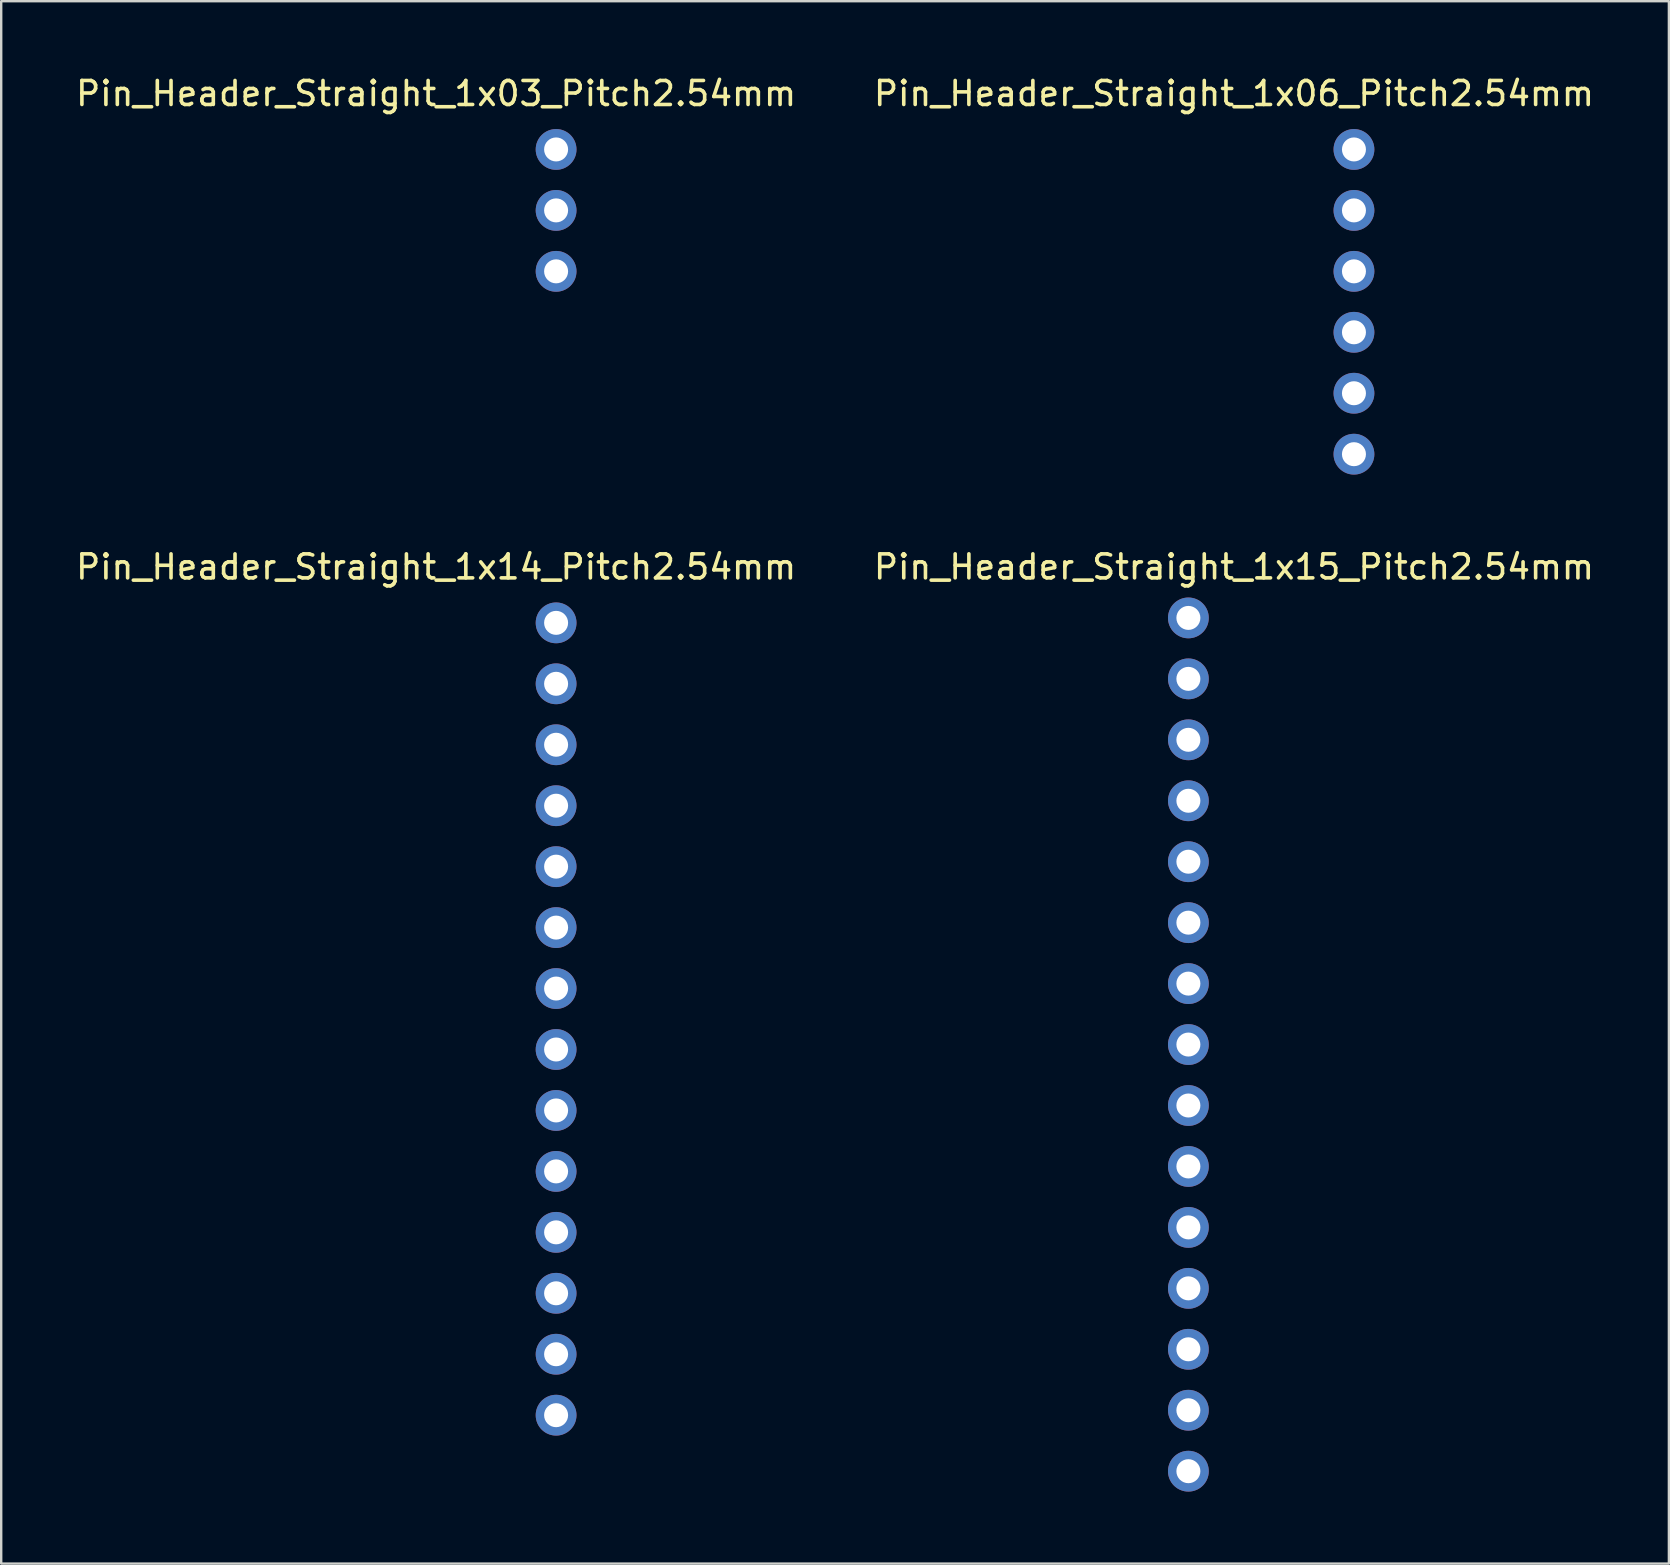
<source format=kicad_pcb>
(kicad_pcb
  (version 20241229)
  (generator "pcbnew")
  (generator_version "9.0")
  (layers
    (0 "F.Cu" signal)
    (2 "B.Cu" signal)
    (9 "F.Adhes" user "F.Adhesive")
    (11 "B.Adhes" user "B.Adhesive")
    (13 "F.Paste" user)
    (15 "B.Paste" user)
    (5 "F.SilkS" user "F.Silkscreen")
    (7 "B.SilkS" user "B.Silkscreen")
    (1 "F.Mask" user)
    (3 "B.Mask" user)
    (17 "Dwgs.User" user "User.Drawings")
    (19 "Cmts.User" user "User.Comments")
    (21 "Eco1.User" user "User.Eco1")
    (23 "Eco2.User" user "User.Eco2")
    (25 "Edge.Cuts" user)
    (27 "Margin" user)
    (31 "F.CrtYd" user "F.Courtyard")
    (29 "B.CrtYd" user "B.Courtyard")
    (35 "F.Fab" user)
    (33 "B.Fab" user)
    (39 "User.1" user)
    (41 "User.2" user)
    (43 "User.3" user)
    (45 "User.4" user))
  (footprint "Pin_Header_Straight_1x14_Pitch2.54mm"
    (layer "F.Cu")
    (at 20.125 22.907)
    (property "Reference" "Pin_Header_Straight_1x14_Pitch2.54mm" (at -5 -2.33 0) (layer "F.SilkS") (effects (font (size 1 1) (thickness 0.15))))
    (attr through_hole)
    (pad "1" thru_hole circle (at 0 0) (size 1.7 1.7) (drill 1) (layers "*.Cu" "*.Mask"))
    (pad "2" thru_hole oval (at 0 2.54) (size 1.7 1.7) (drill 1) (layers "*.Cu" "*.Mask"))
    (pad "3" thru_hole oval (at 0 5.08) (size 1.7 1.7) (drill 1) (layers "*.Cu" "*.Mask"))
    (pad "4" thru_hole oval (at 0 7.62) (size 1.7 1.7) (drill 1) (layers "*.Cu" "*.Mask"))
    (pad "5" thru_hole oval (at 0 10.16) (size 1.7 1.7) (drill 1) (layers "*.Cu" "*.Mask"))
    (pad "6" thru_hole oval (at 0 12.7) (size 1.7 1.7) (drill 1) (layers "*.Cu" "*.Mask"))
    (pad "7" thru_hole oval (at 0 15.24) (size 1.7 1.7) (drill 1) (layers "*.Cu" "*.Mask"))
    (pad "8" thru_hole oval (at 0 17.78) (size 1.7 1.7) (drill 1) (layers "*.Cu" "*.Mask"))
    (pad "9" thru_hole oval (at 0 20.32) (size 1.7 1.7) (drill 1) (layers "*.Cu" "*.Mask"))
    (pad "10" thru_hole oval (at 0 22.86) (size 1.7 1.7) (drill 1) (layers "*.Cu" "*.Mask"))
    (pad "11" thru_hole oval (at 0 25.4) (size 1.7 1.7) (drill 1) (layers "*.Cu" "*.Mask"))
    (pad "12" thru_hole oval (at 0 27.94) (size 1.7 1.7) (drill 1) (layers "*.Cu" "*.Mask"))
    (pad "13" thru_hole oval (at 0 30.48) (size 1.7 1.7) (drill 1) (layers "*.Cu" "*.Mask"))
    (pad "14" thru_hole oval (at 0 33.02) (size 1.7 1.7) (drill 1) (layers "*.Cu" "*.Mask")))
  (footprint "Pin_Header_Straight_1x15_Pitch2.54mm"
    (layer "F.Cu")
    (at 46.475 22.701)
    (property "Reference" "Pin_Header_Straight_1x15_Pitch2.54mm" (at 1.9 -2.125 0) (layer "F.SilkS") (effects (font (size 1 1) (thickness 0.15))))
    (attr through_hole)
    (pad "1" thru_hole circle (at 0 0) (size 1.7 1.7) (drill 1) (layers "*.Cu" "*.Mask"))
    (pad "2" thru_hole oval (at 0 2.54) (size 1.7 1.7) (drill 1) (layers "*.Cu" "*.Mask"))
    (pad "3" thru_hole oval (at 0 5.08) (size 1.7 1.7) (drill 1) (layers "*.Cu" "*.Mask"))
    (pad "4" thru_hole oval (at 0 7.62) (size 1.7 1.7) (drill 1) (layers "*.Cu" "*.Mask"))
    (pad "5" thru_hole oval (at 0 10.16) (size 1.7 1.7) (drill 1) (layers "*.Cu" "*.Mask"))
    (pad "6" thru_hole oval (at 0 12.7) (size 1.7 1.7) (drill 1) (layers "*.Cu" "*.Mask"))
    (pad "7" thru_hole oval (at 0 15.24) (size 1.7 1.7) (drill 1) (layers "*.Cu" "*.Mask"))
    (pad "8" thru_hole oval (at 0 17.78) (size 1.7 1.7) (drill 1) (layers "*.Cu" "*.Mask"))
    (pad "9" thru_hole oval (at 0 20.32) (size 1.7 1.7) (drill 1) (layers "*.Cu" "*.Mask"))
    (pad "10" thru_hole oval (at 0 22.86) (size 1.7 1.7) (drill 1) (layers "*.Cu" "*.Mask"))
    (pad "11" thru_hole oval (at 0 25.4) (size 1.7 1.7) (drill 1) (layers "*.Cu" "*.Mask"))
    (pad "12" thru_hole oval (at 0 27.94) (size 1.7 1.7) (drill 1) (layers "*.Cu" "*.Mask"))
    (pad "13" thru_hole oval (at 0 30.48) (size 1.7 1.7) (drill 1) (layers "*.Cu" "*.Mask"))
    (pad "14" thru_hole oval (at 0 33.02) (size 1.7 1.7) (drill 1) (layers "*.Cu" "*.Mask"))
    (pad "15" thru_hole oval (at 0 35.56) (size 1.7 1.7) (drill 1) (layers "*.Cu" "*.Mask")))
  (footprint "Pin_Header_Straight_1x06_Pitch2.54mm"
    (layer "F.Cu")
    (at 53.375 3.178)
    (property "Reference" "Pin_Header_Straight_1x06_Pitch2.54mm" (at -5 -2.33 0) (layer "F.SilkS") (effects (font (size 1 1) (thickness 0.15))))
    (attr through_hole)
    (pad "1" thru_hole circle (at 0 0) (size 1.7 1.7) (drill 1) (layers "*.Cu" "*.Mask"))
    (pad "2" thru_hole oval (at 0 2.54) (size 1.7 1.7) (drill 1) (layers "*.Cu" "*.Mask"))
    (pad "3" thru_hole oval (at 0 5.08) (size 1.7 1.7) (drill 1) (layers "*.Cu" "*.Mask"))
    (pad "4" thru_hole oval (at 0 7.62) (size 1.7 1.7) (drill 1) (layers "*.Cu" "*.Mask"))
    (pad "5" thru_hole oval (at 0 10.16) (size 1.7 1.7) (drill 1) (layers "*.Cu" "*.Mask"))
    (pad "6" thru_hole oval (at 0 12.7) (size 1.7 1.7) (drill 1) (layers "*.Cu" "*.Mask")))
  (footprint "Pin_Header_Straight_1x03_Pitch2.54mm"
    (layer "F.Cu")
    (at 20.125 3.178)
    (property "Reference" "Pin_Header_Straight_1x03_Pitch2.54mm" (at -5 -2.33 0) (layer "F.SilkS") (effects (font (size 1 1) (thickness 0.15))))
    (attr through_hole)
    (pad "1" thru_hole circle (at 0 0) (size 1.7 1.7) (drill 1) (layers "*.Cu" "*.Mask"))
    (pad "2" thru_hole oval (at 0 2.54) (size 1.7 1.7) (drill 1) (layers "*.Cu" "*.Mask"))
    (pad "3" thru_hole oval (at 0 5.08) (size 1.7 1.7) (drill 1) (layers "*.Cu" "*.Mask")))
  (gr_rect
    (start -3 -3)
    (end 66.5 62.111)
    (stroke (width 0.1) (type default))
    (fill no)
    (layer "Edge.Cuts")))
</source>
